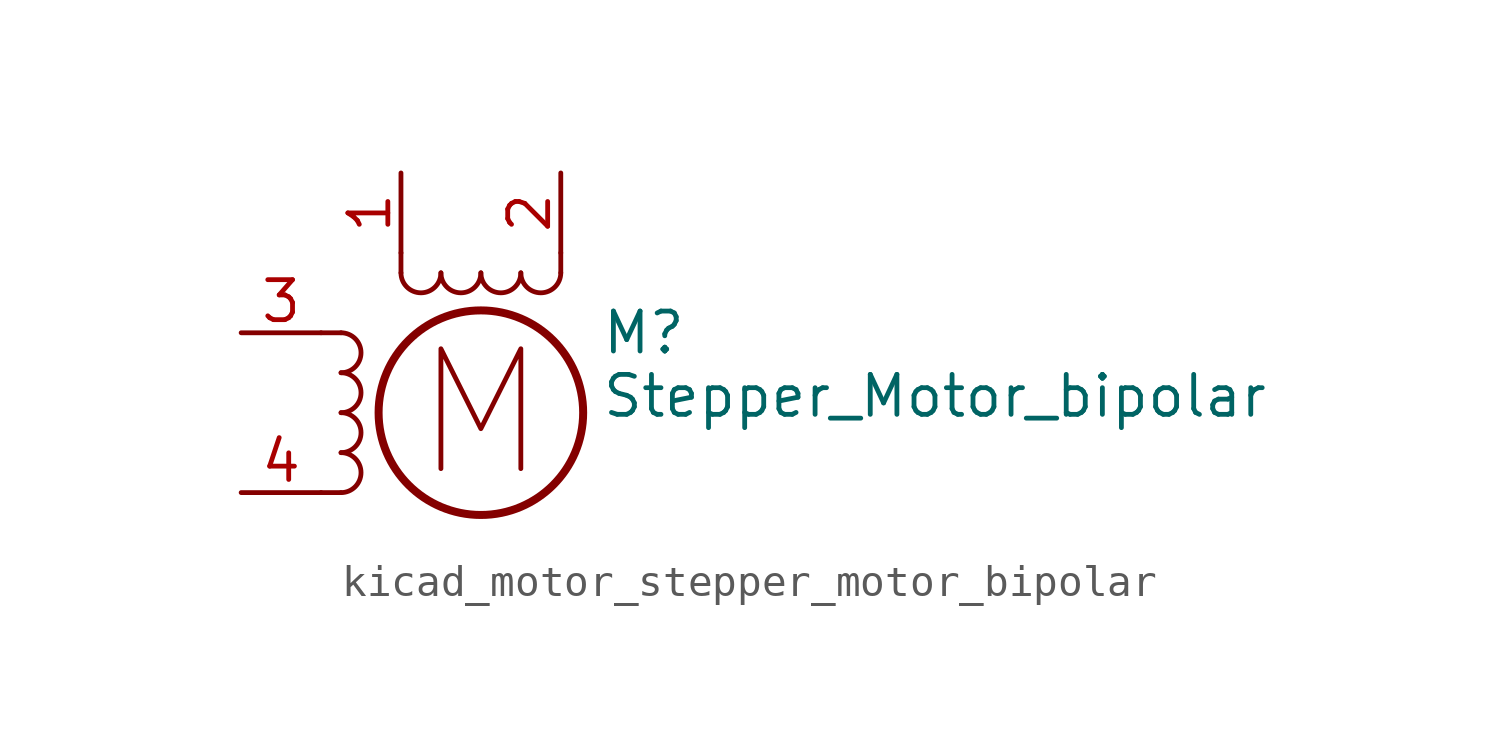
<source format=kicad_sym>
(kicad_symbol_lib
  (version 20220914)
  (generator kicad_symbol_editor)
  (symbol "kicad_motor_stepper_motor_bipolar"
    (pin_names
      (offset 0) hide)
    (property "Reference" "M"
      (at 3.81 2.54 0)
      (effects (font (size 1.27 1.27)) (justify left)))
    (property "Value" "Stepper_Motor_bipolar"
      (at 3.81 1.27 0)
      (effects (font (size 1.27 1.27)) (justify left top)))
    (symbol "kicad_motor_stepper_motor_bipolar_0_0"
      (polyline (pts (xy -1.27 -1.778) (xy -1.27 2.032) (xy 0 -0.508) (xy 1.27 2.032) (xy 1.27 -1.778)) (stroke (width 0) (type default)) (fill (type none))))
    (symbol "kicad_motor_stepper_motor_bipolar_0_1"
      (arc (start -4.445 -2.54) (mid -3.8127 -1.905) (end -4.445 -1.27) (stroke (width 0) (type default)) (fill (type none)))
      (arc (start -4.445 -1.27) (mid -3.8127 -0.635) (end -4.445 0) (stroke (width 0) (type default)) (fill (type none)))
      (arc (start -4.445 0) (mid -3.8127 0.635) (end -4.445 1.27) (stroke (width 0) (type default)) (fill (type none)))
      (arc (start -4.445 1.27) (mid -3.8127 1.905) (end -4.445 2.54) (stroke (width 0) (type default)) (fill (type none)))
      (arc (start -2.54 4.445) (mid -1.905 3.8127) (end -1.27 4.445) (stroke (width 0) (type default)) (fill (type none)))
      (arc (start -1.27 4.445) (mid -0.635 3.8127) (end 0 4.445) (stroke (width 0) (type default)) (fill (type none)))
      (polyline (pts (xy -5.08 -2.54) (xy -4.445 -2.54)) (stroke (width 0) (type default)) (fill (type none)))
      (polyline (pts (xy -5.08 2.54) (xy -4.445 2.54)) (stroke (width 0) (type default)) (fill (type none)))
      (polyline (pts (xy -2.54 5.08) (xy -2.54 4.445)) (stroke (width 0) (type default)) (fill (type none)))
      (polyline (pts (xy 2.54 5.08) (xy 2.54 4.445)) (stroke (width 0) (type default)) (fill (type none)))
      (circle (center 0 0) (radius 3.251) (stroke (width 0.254) (type default)) (fill (type none)))
      (arc (start 0 4.445) (mid 0.635 3.8127) (end 1.27 4.445) (stroke (width 0) (type default)) (fill (type none)))
      (arc (start 1.27 4.445) (mid 1.905 3.8127) (end 2.54 4.445) (stroke (width 0) (type default)) (fill (type none))))
    (symbol "kicad_motor_stepper_motor_bipolar_1_1"
      (pin passive line (at -2.54 7.62 270) (length 2.54) (name "~" (effects (font (size 1.27 1.27)))) (number "1" (effects (font (size 1.27 1.27)))))
      (pin passive line (at 2.54 7.62 270) (length 2.54) (name "-" (effects (font (size 1.27 1.27)))) (number "2" (effects (font (size 1.27 1.27)))))
      (pin passive line (at -7.62 2.54 0) (length 2.54) (name "~" (effects (font (size 1.27 1.27)))) (number "3" (effects (font (size 1.27 1.27)))))
      (pin passive line (at -7.62 -2.54 0) (length 2.54) (name "~" (effects (font (size 1.27 1.27)))) (number "4" (effects (font (size 1.27 1.27))))))))
</source>
